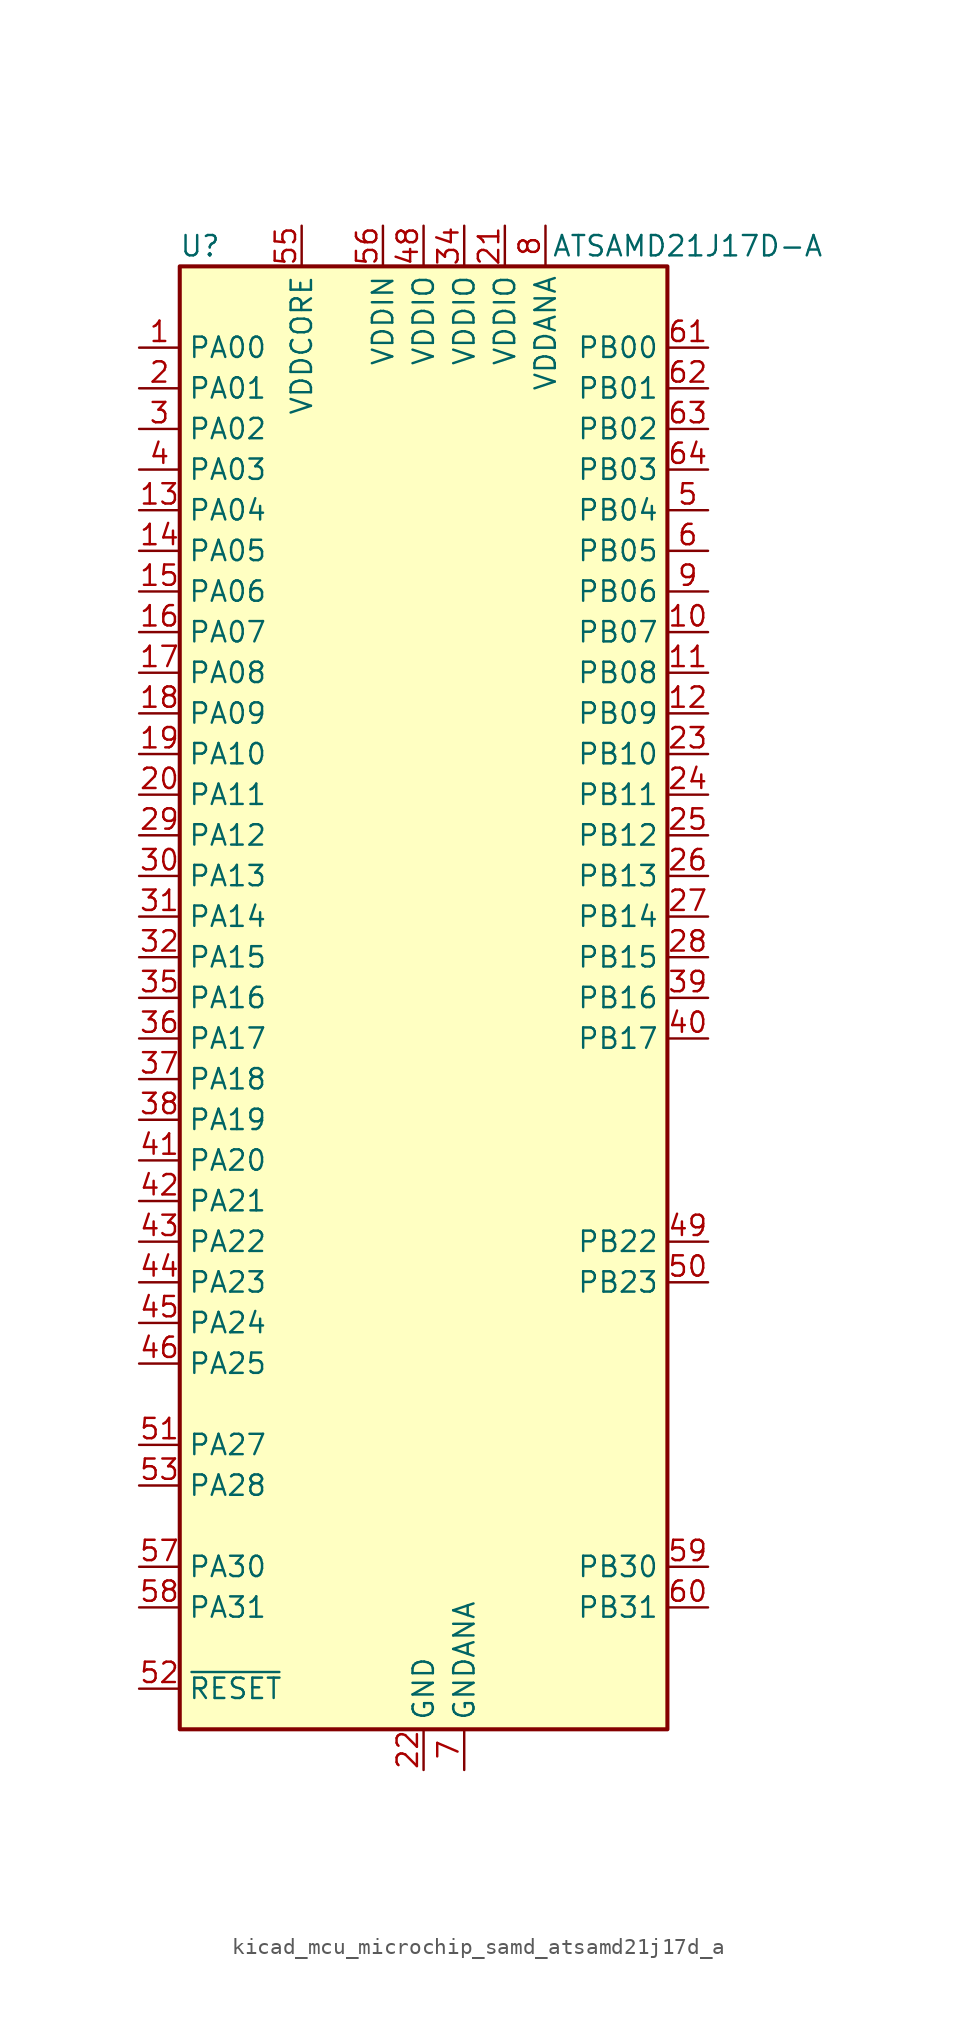
<source format=kicad_sym>
(kicad_symbol_lib
  (version 20220914)
  (generator kicad_symbol_editor)
  (symbol "kicad_mcu_microchip_samd_atsamd21j17d_a"
    (property "Reference" "U"
      (at -13.97 46.99 0)
      (effects (font (size 1.27 1.27))))
    (property "Value" "ATSAMD21J17D-A"
      (at 16.51 46.99 0)
      (effects (font (size 1.27 1.27))))
    (symbol "kicad_mcu_microchip_samd_atsamd21j17d_a_0_1"
      (rectangle (start -15.24 45.72) (end 15.24 -45.72) (stroke (width 0.254) (type default)) (fill (type background))))
    (symbol "kicad_mcu_microchip_samd_atsamd21j17d_a_1_1"
      (pin bidirectional line (at -17.78 40.64 0) (length 2.54) (name "PA00" (effects (font (size 1.27 1.27)))) (number "1" (effects (font (size 1.27 1.27)))))
      (pin bidirectional line (at 17.78 22.86 180) (length 2.54) (name "PB07" (effects (font (size 1.27 1.27)))) (number "10" (effects (font (size 1.27 1.27)))))
      (pin bidirectional line (at 17.78 20.32 180) (length 2.54) (name "PB08" (effects (font (size 1.27 1.27)))) (number "11" (effects (font (size 1.27 1.27)))))
      (pin bidirectional line (at 17.78 17.78 180) (length 2.54) (name "PB09" (effects (font (size 1.27 1.27)))) (number "12" (effects (font (size 1.27 1.27)))))
      (pin bidirectional line (at -17.78 30.48 0) (length 2.54) (name "PA04" (effects (font (size 1.27 1.27)))) (number "13" (effects (font (size 1.27 1.27)))))
      (pin bidirectional line (at -17.78 27.94 0) (length 2.54) (name "PA05" (effects (font (size 1.27 1.27)))) (number "14" (effects (font (size 1.27 1.27)))))
      (pin bidirectional line (at -17.78 25.4 0) (length 2.54) (name "PA06" (effects (font (size 1.27 1.27)))) (number "15" (effects (font (size 1.27 1.27)))))
      (pin bidirectional line (at -17.78 22.86 0) (length 2.54) (name "PA07" (effects (font (size 1.27 1.27)))) (number "16" (effects (font (size 1.27 1.27)))))
      (pin bidirectional line (at -17.78 20.32 0) (length 2.54) (name "PA08" (effects (font (size 1.27 1.27)))) (number "17" (effects (font (size 1.27 1.27)))))
      (pin bidirectional line (at -17.78 17.78 0) (length 2.54) (name "PA09" (effects (font (size 1.27 1.27)))) (number "18" (effects (font (size 1.27 1.27)))))
      (pin bidirectional line (at -17.78 15.24 0) (length 2.54) (name "PA10" (effects (font (size 1.27 1.27)))) (number "19" (effects (font (size 1.27 1.27)))))
      (pin bidirectional line (at -17.78 38.1 0) (length 2.54) (name "PA01" (effects (font (size 1.27 1.27)))) (number "2" (effects (font (size 1.27 1.27)))))
      (pin bidirectional line (at -17.78 12.7 0) (length 2.54) (name "PA11" (effects (font (size 1.27 1.27)))) (number "20" (effects (font (size 1.27 1.27)))))
      (pin power_in line (at 5.08 48.26 270) (length 2.54) (name "VDDIO" (effects (font (size 1.27 1.27)))) (number "21" (effects (font (size 1.27 1.27)))))
      (pin power_in line (at 0 -48.26 90) (length 2.54) (name "GND" (effects (font (size 1.27 1.27)))) (number "22" (effects (font (size 1.27 1.27)))))
      (pin bidirectional line (at 17.78 15.24 180) (length 2.54) (name "PB10" (effects (font (size 1.27 1.27)))) (number "23" (effects (font (size 1.27 1.27)))))
      (pin bidirectional line (at 17.78 12.7 180) (length 2.54) (name "PB11" (effects (font (size 1.27 1.27)))) (number "24" (effects (font (size 1.27 1.27)))))
      (pin bidirectional line (at 17.78 10.16 180) (length 2.54) (name "PB12" (effects (font (size 1.27 1.27)))) (number "25" (effects (font (size 1.27 1.27)))))
      (pin bidirectional line (at 17.78 7.62 180) (length 2.54) (name "PB13" (effects (font (size 1.27 1.27)))) (number "26" (effects (font (size 1.27 1.27)))))
      (pin bidirectional line (at 17.78 5.08 180) (length 2.54) (name "PB14" (effects (font (size 1.27 1.27)))) (number "27" (effects (font (size 1.27 1.27)))))
      (pin bidirectional line (at 17.78 2.54 180) (length 2.54) (name "PB15" (effects (font (size 1.27 1.27)))) (number "28" (effects (font (size 1.27 1.27)))))
      (pin bidirectional line (at -17.78 10.16 0) (length 2.54) (name "PA12" (effects (font (size 1.27 1.27)))) (number "29" (effects (font (size 1.27 1.27)))))
      (pin bidirectional line (at -17.78 35.56 0) (length 2.54) (name "PA02" (effects (font (size 1.27 1.27)))) (number "3" (effects (font (size 1.27 1.27)))))
      (pin bidirectional line (at -17.78 7.62 0) (length 2.54) (name "PA13" (effects (font (size 1.27 1.27)))) (number "30" (effects (font (size 1.27 1.27)))))
      (pin bidirectional line (at -17.78 5.08 0) (length 2.54) (name "PA14" (effects (font (size 1.27 1.27)))) (number "31" (effects (font (size 1.27 1.27)))))
      (pin bidirectional line (at -17.78 2.54 0) (length 2.54) (name "PA15" (effects (font (size 1.27 1.27)))) (number "32" (effects (font (size 1.27 1.27)))))
      (pin passive line (at 0 -48.26 90) (length 2.54) hide (name "GND" (effects (font (size 1.27 1.27)))) (number "33" (effects (font (size 1.27 1.27)))))
      (pin power_in line (at 2.54 48.26 270) (length 2.54) (name "VDDIO" (effects (font (size 1.27 1.27)))) (number "34" (effects (font (size 1.27 1.27)))))
      (pin bidirectional line (at -17.78 0 0) (length 2.54) (name "PA16" (effects (font (size 1.27 1.27)))) (number "35" (effects (font (size 1.27 1.27)))))
      (pin bidirectional line (at -17.78 -2.54 0) (length 2.54) (name "PA17" (effects (font (size 1.27 1.27)))) (number "36" (effects (font (size 1.27 1.27)))))
      (pin bidirectional line (at -17.78 -5.08 0) (length 2.54) (name "PA18" (effects (font (size 1.27 1.27)))) (number "37" (effects (font (size 1.27 1.27)))))
      (pin bidirectional line (at -17.78 -7.62 0) (length 2.54) (name "PA19" (effects (font (size 1.27 1.27)))) (number "38" (effects (font (size 1.27 1.27)))))
      (pin bidirectional line (at 17.78 0 180) (length 2.54) (name "PB16" (effects (font (size 1.27 1.27)))) (number "39" (effects (font (size 1.27 1.27)))))
      (pin bidirectional line (at -17.78 33.02 0) (length 2.54) (name "PA03" (effects (font (size 1.27 1.27)))) (number "4" (effects (font (size 1.27 1.27)))))
      (pin bidirectional line (at 17.78 -2.54 180) (length 2.54) (name "PB17" (effects (font (size 1.27 1.27)))) (number "40" (effects (font (size 1.27 1.27)))))
      (pin bidirectional line (at -17.78 -10.16 0) (length 2.54) (name "PA20" (effects (font (size 1.27 1.27)))) (number "41" (effects (font (size 1.27 1.27)))))
      (pin bidirectional line (at -17.78 -12.7 0) (length 2.54) (name "PA21" (effects (font (size 1.27 1.27)))) (number "42" (effects (font (size 1.27 1.27)))))
      (pin bidirectional line (at -17.78 -15.24 0) (length 2.54) (name "PA22" (effects (font (size 1.27 1.27)))) (number "43" (effects (font (size 1.27 1.27)))))
      (pin bidirectional line (at -17.78 -17.78 0) (length 2.54) (name "PA23" (effects (font (size 1.27 1.27)))) (number "44" (effects (font (size 1.27 1.27)))))
      (pin bidirectional line (at -17.78 -20.32 0) (length 2.54) (name "PA24" (effects (font (size 1.27 1.27)))) (number "45" (effects (font (size 1.27 1.27)))))
      (pin bidirectional line (at -17.78 -22.86 0) (length 2.54) (name "PA25" (effects (font (size 1.27 1.27)))) (number "46" (effects (font (size 1.27 1.27)))))
      (pin passive line (at 0 -48.26 90) (length 2.54) hide (name "GND" (effects (font (size 1.27 1.27)))) (number "47" (effects (font (size 1.27 1.27)))))
      (pin power_in line (at 0 48.26 270) (length 2.54) (name "VDDIO" (effects (font (size 1.27 1.27)))) (number "48" (effects (font (size 1.27 1.27)))))
      (pin bidirectional line (at 17.78 -15.24 180) (length 2.54) (name "PB22" (effects (font (size 1.27 1.27)))) (number "49" (effects (font (size 1.27 1.27)))))
      (pin bidirectional line (at 17.78 30.48 180) (length 2.54) (name "PB04" (effects (font (size 1.27 1.27)))) (number "5" (effects (font (size 1.27 1.27)))))
      (pin bidirectional line (at 17.78 -17.78 180) (length 2.54) (name "PB23" (effects (font (size 1.27 1.27)))) (number "50" (effects (font (size 1.27 1.27)))))
      (pin bidirectional line (at -17.78 -27.94 0) (length 2.54) (name "PA27" (effects (font (size 1.27 1.27)))) (number "51" (effects (font (size 1.27 1.27)))))
      (pin input line (at -17.78 -43.18 0) (length 2.54) (name "~{RESET}" (effects (font (size 1.27 1.27)))) (number "52" (effects (font (size 1.27 1.27)))))
      (pin bidirectional line (at -17.78 -30.48 0) (length 2.54) (name "PA28" (effects (font (size 1.27 1.27)))) (number "53" (effects (font (size 1.27 1.27)))))
      (pin passive line (at 0 -48.26 90) (length 2.54) hide (name "GND" (effects (font (size 1.27 1.27)))) (number "54" (effects (font (size 1.27 1.27)))))
      (pin power_out line (at -7.62 48.26 270) (length 2.54) (name "VDDCORE" (effects (font (size 1.27 1.27)))) (number "55" (effects (font (size 1.27 1.27)))))
      (pin power_in line (at -2.54 48.26 270) (length 2.54) (name "VDDIN" (effects (font (size 1.27 1.27)))) (number "56" (effects (font (size 1.27 1.27)))))
      (pin bidirectional line (at -17.78 -35.56 0) (length 2.54) (name "PA30" (effects (font (size 1.27 1.27)))) (number "57" (effects (font (size 1.27 1.27)))))
      (pin bidirectional line (at -17.78 -38.1 0) (length 2.54) (name "PA31" (effects (font (size 1.27 1.27)))) (number "58" (effects (font (size 1.27 1.27)))))
      (pin bidirectional line (at 17.78 -35.56 180) (length 2.54) (name "PB30" (effects (font (size 1.27 1.27)))) (number "59" (effects (font (size 1.27 1.27)))))
      (pin bidirectional line (at 17.78 27.94 180) (length 2.54) (name "PB05" (effects (font (size 1.27 1.27)))) (number "6" (effects (font (size 1.27 1.27)))))
      (pin bidirectional line (at 17.78 -38.1 180) (length 2.54) (name "PB31" (effects (font (size 1.27 1.27)))) (number "60" (effects (font (size 1.27 1.27)))))
      (pin bidirectional line (at 17.78 40.64 180) (length 2.54) (name "PB00" (effects (font (size 1.27 1.27)))) (number "61" (effects (font (size 1.27 1.27)))))
      (pin bidirectional line (at 17.78 38.1 180) (length 2.54) (name "PB01" (effects (font (size 1.27 1.27)))) (number "62" (effects (font (size 1.27 1.27)))))
      (pin bidirectional line (at 17.78 35.56 180) (length 2.54) (name "PB02" (effects (font (size 1.27 1.27)))) (number "63" (effects (font (size 1.27 1.27)))))
      (pin bidirectional line (at 17.78 33.02 180) (length 2.54) (name "PB03" (effects (font (size 1.27 1.27)))) (number "64" (effects (font (size 1.27 1.27)))))
      (pin power_in line (at 2.54 -48.26 90) (length 2.54) (name "GNDANA" (effects (font (size 1.27 1.27)))) (number "7" (effects (font (size 1.27 1.27)))))
      (pin power_in line (at 7.62 48.26 270) (length 2.54) (name "VDDANA" (effects (font (size 1.27 1.27)))) (number "8" (effects (font (size 1.27 1.27)))))
      (pin bidirectional line (at 17.78 25.4 180) (length 2.54) (name "PB06" (effects (font (size 1.27 1.27)))) (number "9" (effects (font (size 1.27 1.27))))))))
</source>
